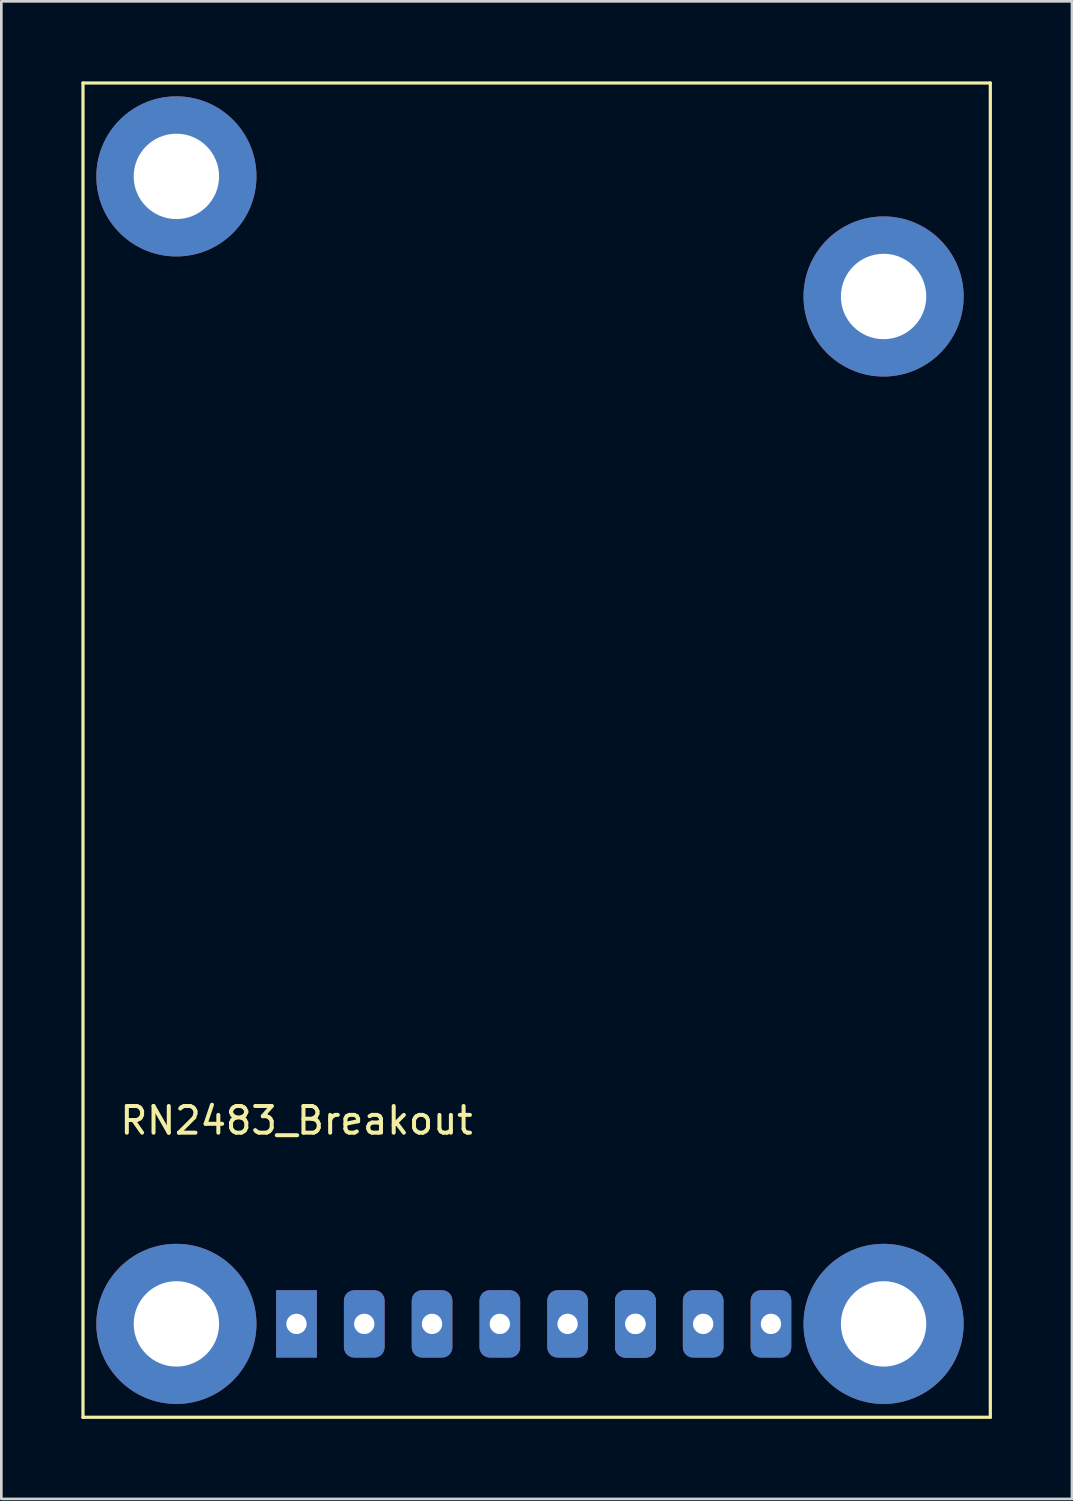
<source format=kicad_pcb>
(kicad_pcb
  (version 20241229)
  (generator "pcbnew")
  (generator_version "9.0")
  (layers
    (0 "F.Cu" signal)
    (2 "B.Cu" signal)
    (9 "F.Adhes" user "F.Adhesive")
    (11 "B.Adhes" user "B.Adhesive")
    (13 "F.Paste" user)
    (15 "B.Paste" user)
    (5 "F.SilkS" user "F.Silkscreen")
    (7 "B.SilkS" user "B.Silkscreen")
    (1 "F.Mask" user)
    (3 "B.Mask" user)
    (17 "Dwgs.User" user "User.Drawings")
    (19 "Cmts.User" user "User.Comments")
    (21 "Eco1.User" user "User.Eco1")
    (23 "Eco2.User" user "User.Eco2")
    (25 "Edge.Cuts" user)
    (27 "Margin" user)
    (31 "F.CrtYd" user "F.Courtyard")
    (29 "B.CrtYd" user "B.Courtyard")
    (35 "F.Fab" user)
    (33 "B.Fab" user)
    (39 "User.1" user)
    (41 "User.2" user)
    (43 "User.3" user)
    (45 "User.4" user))
  (footprint "RN2483_Breakout"
    (layer "F.Cu")
    (at 8.06 46.56)
    (property "Reference" "RN2483_Breakout" (at 0 -7.62 0) (layer "F.SilkS") (effects (font (size 1 1) (thickness 0.15))))
    (attr through_hole)
    (fp_line (start -8 -46.5) (end -8 3.5) (stroke (width 0.12) (type solid)) (layer "F.SilkS"))
    (fp_line (start -8 3.5) (end 26 3.5) (stroke (width 0.12) (type solid)) (layer "F.SilkS"))
    (fp_line (start 26 -46.5) (end -8 -46.5) (stroke (width 0.12) (type solid)) (layer "F.SilkS"))
    (fp_line (start 26 3.5) (end 26 -46.5) (stroke (width 0.12) (type solid)) (layer "F.SilkS"))
    (pad "" np_thru_hole circle (at -4.5 -43) (size 6 6) (drill 3.2) (layers "*.Cu" "*.Mask"))
    (pad "" np_thru_hole circle (at -4.5 0) (size 6 6) (drill 3.2) (layers "*.Cu" "*.Mask"))
    (pad "" np_thru_hole circle (at 22 -38.5) (size 6 6) (drill 3.2) (layers "*.Cu" "*.Mask"))
    (pad "" np_thru_hole circle (at 22 0) (size 6 6) (drill 3.2) (layers "*.Cu" "*.Mask"))
    (pad "1" thru_hole rect (at 0 0) (size 1.524 2.524) (drill 0.762) (layers "*.Cu" "*.Mask"))
    (pad "2" thru_hole roundrect (at 2.54 0) (size 1.524 2.524) (drill 0.762) (layers "*.Cu" "*.Mask") (roundrect_rratio 0.25))
    (pad "3" thru_hole roundrect (at 5.08 0) (size 1.524 2.524) (drill 0.762) (layers "*.Cu" "*.Mask") (roundrect_rratio 0.25))
    (pad "4" thru_hole roundrect (at 7.62 0) (size 1.524 2.524) (drill 0.762) (layers "*.Cu" "*.Mask") (roundrect_rratio 0.25))
    (pad "5" thru_hole roundrect (at 10.16 0) (size 1.524 2.524) (drill 0.762) (layers "*.Cu" "*.Mask") (roundrect_rratio 0.25))
    (pad "6" thru_hole roundrect (at 12.7 0) (size 1.524 2.524) (drill 0.762) (layers "*.Cu" "*.Mask") (roundrect_rratio 0.25))
    (pad "7" thru_hole roundrect (at 12.7 0) (size 1.524 2.524) (drill 0.762) (layers "*.Cu" "*.Mask") (roundrect_rratio 0.25))
    (pad "7" thru_hole roundrect (at 15.24 0) (size 1.524 2.524) (drill 0.762) (layers "*.Cu" "*.Mask") (roundrect_rratio 0.25))
    (pad "8" thru_hole roundrect (at 17.78 0) (size 1.524 2.524) (drill 0.762) (layers "*.Cu" "*.Mask") (roundrect_rratio 0.25)))
  (gr_rect
    (start -3 -3)
    (end 37.12 53.12)
    (stroke (width 0.1) (type default))
    (fill no)
    (layer "Edge.Cuts")))
</source>
